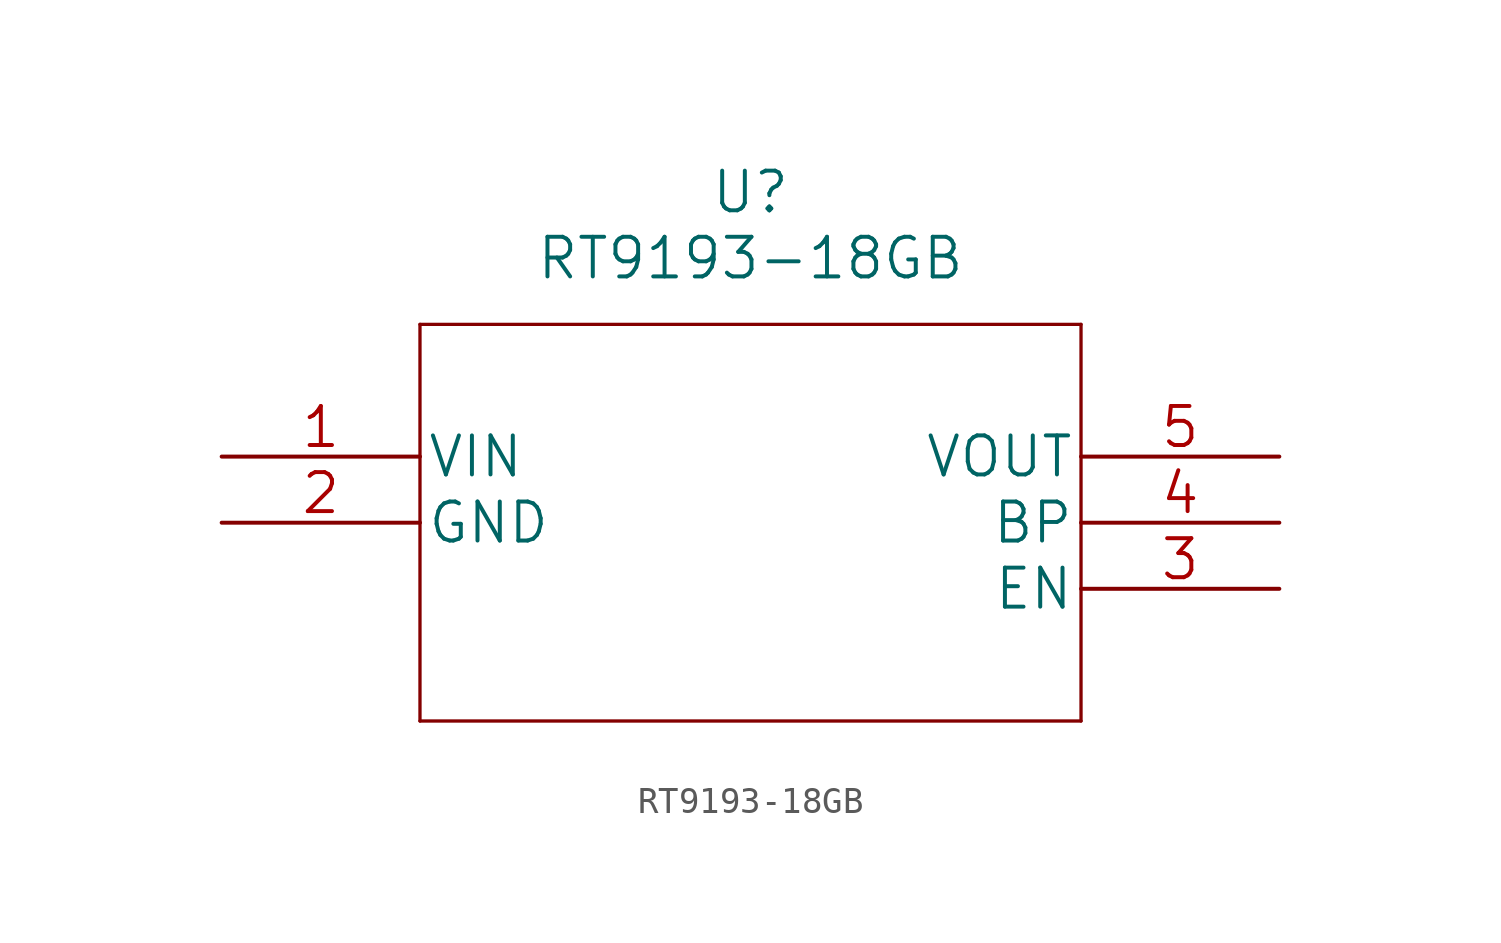
<source format=kicad_sym>
(kicad_symbol_lib
  (version 20211014)
  (generator kicad_symbol_editor)
  (symbol "RT9193-18GB"
    (pin_names
      (offset 0.254))
    (property "Reference" "U"
      (at 20.32 10.16 0)
      (effects (font (size 1.524 1.524))))
    (property "Value" "RT9193-18GB"
      (at 20.32 7.62 0)
      (effects (font (size 1.524 1.524))))
    (symbol "RT9193-18GB_1_1"
      (polyline (pts (xy 7.62 -10.16) (xy 33.02 -10.16)) (stroke (width 0.127) (type default) (color 0 0 0 0)) (fill (type none)))
      (polyline (pts (xy 7.62 5.08) (xy 7.62 -10.16)) (stroke (width 0.127) (type default) (color 0 0 0 0)) (fill (type none)))
      (polyline (pts (xy 33.02 -10.16) (xy 33.02 5.08)) (stroke (width 0.127) (type default) (color 0 0 0 0)) (fill (type none)))
      (polyline (pts (xy 33.02 5.08) (xy 7.62 5.08)) (stroke (width 0.127) (type default) (color 0 0 0 0)) (fill (type none)))
      (pin power_in line (at 0 0 0) (length 7.62) (name "VIN" (effects (font (size 1.499 1.499)))) (number "1" (effects (font (size 1.499 1.499)))))
      (pin power_in line (at 0 -2.54 0) (length 7.62) (name "GND" (effects (font (size 1.499 1.499)))) (number "2" (effects (font (size 1.499 1.499)))))
      (pin input line (at 40.64 -5.08 180) (length 7.62) (name "EN" (effects (font (size 1.499 1.499)))) (number "3" (effects (font (size 1.499 1.499)))))
      (pin passive line (at 40.64 -2.54 180) (length 7.62) (name "BP" (effects (font (size 1.499 1.499)))) (number "4" (effects (font (size 1.499 1.499)))))
      (pin output line (at 40.64 0 180) (length 7.62) (name "VOUT" (effects (font (size 1.499 1.499)))) (number "5" (effects (font (size 1.499 1.499))))))))
</source>
